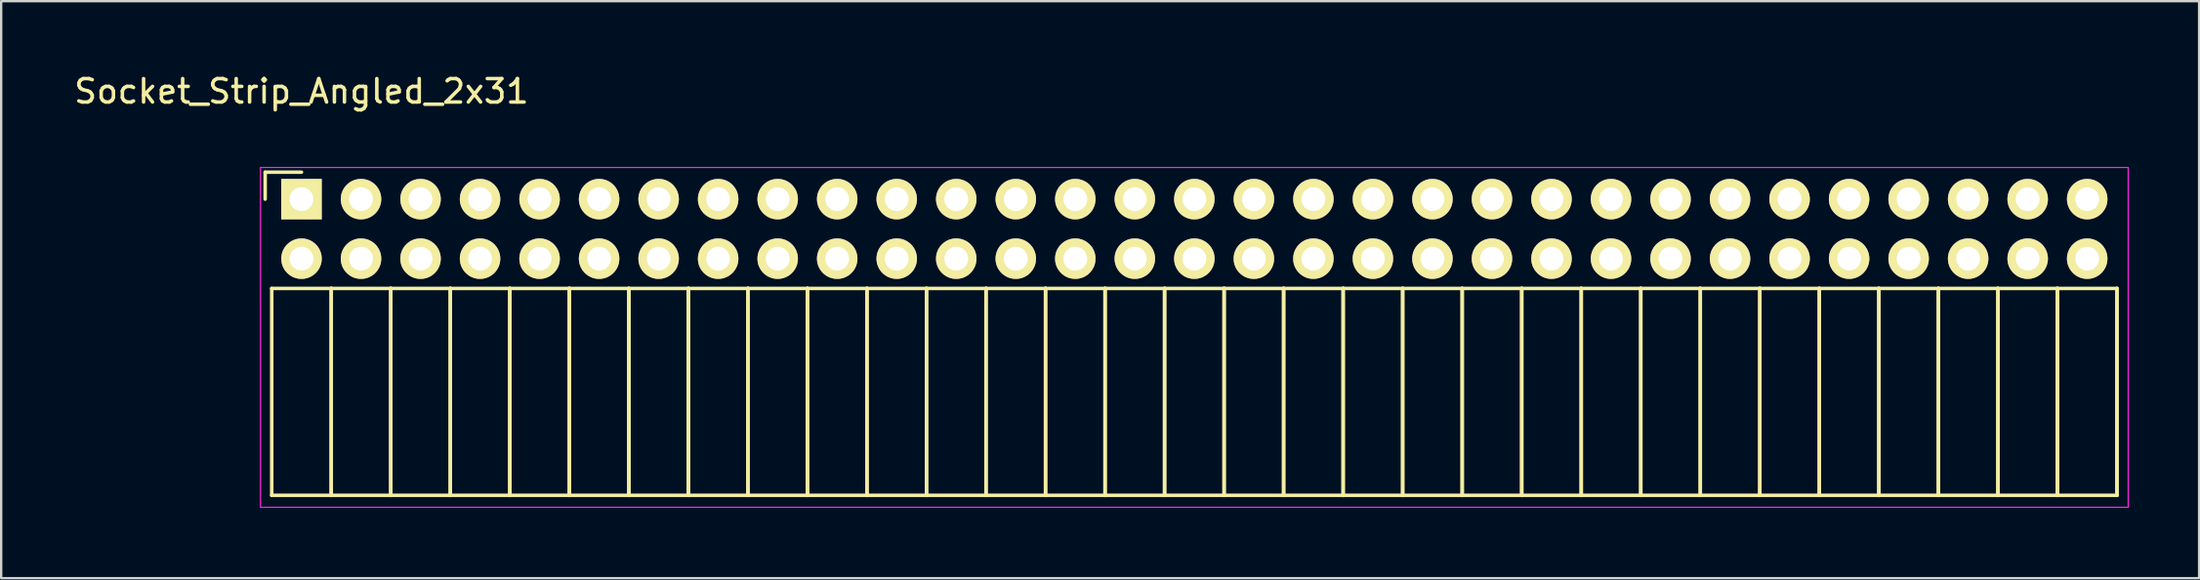
<source format=kicad_pcb>
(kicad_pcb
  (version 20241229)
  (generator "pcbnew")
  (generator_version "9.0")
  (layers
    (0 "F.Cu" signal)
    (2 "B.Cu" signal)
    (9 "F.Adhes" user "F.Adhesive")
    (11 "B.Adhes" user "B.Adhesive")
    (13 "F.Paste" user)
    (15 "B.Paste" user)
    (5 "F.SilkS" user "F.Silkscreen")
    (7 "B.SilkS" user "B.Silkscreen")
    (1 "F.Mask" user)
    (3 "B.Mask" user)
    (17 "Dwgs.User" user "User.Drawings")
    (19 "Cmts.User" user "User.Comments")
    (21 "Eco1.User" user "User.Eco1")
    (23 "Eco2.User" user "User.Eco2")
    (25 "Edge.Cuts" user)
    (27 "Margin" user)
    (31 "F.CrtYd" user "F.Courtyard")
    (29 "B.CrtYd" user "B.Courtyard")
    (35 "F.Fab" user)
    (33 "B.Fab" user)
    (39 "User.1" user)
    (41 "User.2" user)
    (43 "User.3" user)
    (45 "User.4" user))
  (footprint "Socket_Strip_Angled_2x31"
    (layer "F.Cu")
    (at 9.815 5.448)
    (property "Reference" "Socket_Strip_Angled_2x31" (at 0 -4.6 0) (layer "F.SilkS") (effects (font (size 1 1) (thickness 0.15))))
    (attr through_hole)
    (fp_line (start -1.55 -1.15) (end -1.55 0) (stroke (width 0.15) (type solid)) (layer "F.SilkS"))
    (fp_line (start -1.27 3.81) (end -1.27 12.64) (stroke (width 0.15) (type solid)) (layer "F.SilkS"))
    (fp_line (start -1.27 3.81) (end 1.27 3.81) (stroke (width 0.15) (type solid)) (layer "F.SilkS"))
    (fp_line (start -1.27 12.64) (end 1.27 12.64) (stroke (width 0.15) (type solid)) (layer "F.SilkS"))
    (fp_line (start 0 -1.15) (end -1.55 -1.15) (stroke (width 0.15) (type solid)) (layer "F.SilkS"))
    (fp_line (start 1.27 3.81) (end 1.27 12.64) (stroke (width 0.15) (type solid)) (layer "F.SilkS"))
    (fp_line (start 1.27 3.81) (end 3.81 3.81) (stroke (width 0.15) (type solid)) (layer "F.SilkS"))
    (fp_line (start 1.27 12.64) (end 1.27 3.81) (stroke (width 0.15) (type solid)) (layer "F.SilkS"))
    (fp_line (start 1.27 12.64) (end 3.81 12.64) (stroke (width 0.15) (type solid)) (layer "F.SilkS"))
    (fp_line (start 3.81 3.81) (end 3.81 12.64) (stroke (width 0.15) (type solid)) (layer "F.SilkS"))
    (fp_line (start 3.81 3.81) (end 6.35 3.81) (stroke (width 0.15) (type solid)) (layer "F.SilkS"))
    (fp_line (start 3.81 12.64) (end 3.81 3.81) (stroke (width 0.15) (type solid)) (layer "F.SilkS"))
    (fp_line (start 3.81 12.64) (end 6.35 12.64) (stroke (width 0.15) (type solid)) (layer "F.SilkS"))
    (fp_line (start 6.35 3.81) (end 6.35 12.64) (stroke (width 0.15) (type solid)) (layer "F.SilkS"))
    (fp_line (start 6.35 3.81) (end 8.89 3.81) (stroke (width 0.15) (type solid)) (layer "F.SilkS"))
    (fp_line (start 6.35 12.64) (end 6.35 3.81) (stroke (width 0.15) (type solid)) (layer "F.SilkS"))
    (fp_line (start 6.35 12.64) (end 8.89 12.64) (stroke (width 0.15) (type solid)) (layer "F.SilkS"))
    (fp_line (start 8.89 3.81) (end 8.89 12.64) (stroke (width 0.15) (type solid)) (layer "F.SilkS"))
    (fp_line (start 8.89 3.81) (end 11.43 3.81) (stroke (width 0.15) (type solid)) (layer "F.SilkS"))
    (fp_line (start 8.89 12.64) (end 8.89 3.81) (stroke (width 0.15) (type solid)) (layer "F.SilkS"))
    (fp_line (start 8.89 12.64) (end 11.43 12.64) (stroke (width 0.15) (type solid)) (layer "F.SilkS"))
    (fp_line (start 11.43 3.81) (end 11.43 12.64) (stroke (width 0.15) (type solid)) (layer "F.SilkS"))
    (fp_line (start 11.43 3.81) (end 13.97 3.81) (stroke (width 0.15) (type solid)) (layer "F.SilkS"))
    (fp_line (start 11.43 12.64) (end 11.43 3.81) (stroke (width 0.15) (type solid)) (layer "F.SilkS"))
    (fp_line (start 11.43 12.64) (end 13.97 12.64) (stroke (width 0.15) (type solid)) (layer "F.SilkS"))
    (fp_line (start 13.97 3.81) (end 13.97 12.64) (stroke (width 0.15) (type solid)) (layer "F.SilkS"))
    (fp_line (start 13.97 3.81) (end 16.51 3.81) (stroke (width 0.15) (type solid)) (layer "F.SilkS"))
    (fp_line (start 13.97 12.64) (end 13.97 3.81) (stroke (width 0.15) (type solid)) (layer "F.SilkS"))
    (fp_line (start 13.97 12.64) (end 16.51 12.64) (stroke (width 0.15) (type solid)) (layer "F.SilkS"))
    (fp_line (start 16.51 3.81) (end 16.51 12.64) (stroke (width 0.15) (type solid)) (layer "F.SilkS"))
    (fp_line (start 16.51 3.81) (end 19.05 3.81) (stroke (width 0.15) (type solid)) (layer "F.SilkS"))
    (fp_line (start 16.51 12.64) (end 16.51 3.81) (stroke (width 0.15) (type solid)) (layer "F.SilkS"))
    (fp_line (start 16.51 12.64) (end 19.05 12.64) (stroke (width 0.15) (type solid)) (layer "F.SilkS"))
    (fp_line (start 19.05 3.81) (end 19.05 12.64) (stroke (width 0.15) (type solid)) (layer "F.SilkS"))
    (fp_line (start 19.05 3.81) (end 21.59 3.81) (stroke (width 0.15) (type solid)) (layer "F.SilkS"))
    (fp_line (start 19.05 12.64) (end 19.05 3.81) (stroke (width 0.15) (type solid)) (layer "F.SilkS"))
    (fp_line (start 19.05 12.64) (end 21.59 12.64) (stroke (width 0.15) (type solid)) (layer "F.SilkS"))
    (fp_line (start 21.59 3.81) (end 21.59 12.64) (stroke (width 0.15) (type solid)) (layer "F.SilkS"))
    (fp_line (start 21.59 3.81) (end 24.13 3.81) (stroke (width 0.15) (type solid)) (layer "F.SilkS"))
    (fp_line (start 21.59 12.64) (end 21.59 3.81) (stroke (width 0.15) (type solid)) (layer "F.SilkS"))
    (fp_line (start 21.59 12.64) (end 24.13 12.64) (stroke (width 0.15) (type solid)) (layer "F.SilkS"))
    (fp_line (start 24.13 3.81) (end 24.13 12.64) (stroke (width 0.15) (type solid)) (layer "F.SilkS"))
    (fp_line (start 24.13 3.81) (end 26.67 3.81) (stroke (width 0.15) (type solid)) (layer "F.SilkS"))
    (fp_line (start 24.13 12.64) (end 24.13 3.81) (stroke (width 0.15) (type solid)) (layer "F.SilkS"))
    (fp_line (start 24.13 12.64) (end 26.67 12.64) (stroke (width 0.15) (type solid)) (layer "F.SilkS"))
    (fp_line (start 26.67 3.81) (end 26.67 12.64) (stroke (width 0.15) (type solid)) (layer "F.SilkS"))
    (fp_line (start 26.67 3.81) (end 29.21 3.81) (stroke (width 0.15) (type solid)) (layer "F.SilkS"))
    (fp_line (start 26.67 12.64) (end 26.67 3.81) (stroke (width 0.15) (type solid)) (layer "F.SilkS"))
    (fp_line (start 26.67 12.64) (end 29.21 12.64) (stroke (width 0.15) (type solid)) (layer "F.SilkS"))
    (fp_line (start 29.21 3.81) (end 29.21 12.64) (stroke (width 0.15) (type solid)) (layer "F.SilkS"))
    (fp_line (start 29.21 3.81) (end 31.75 3.81) (stroke (width 0.15) (type solid)) (layer "F.SilkS"))
    (fp_line (start 29.21 12.64) (end 29.21 3.81) (stroke (width 0.15) (type solid)) (layer "F.SilkS"))
    (fp_line (start 29.21 12.64) (end 31.75 12.64) (stroke (width 0.15) (type solid)) (layer "F.SilkS"))
    (fp_line (start 31.75 3.81) (end 31.75 12.64) (stroke (width 0.15) (type solid)) (layer "F.SilkS"))
    (fp_line (start 31.75 3.81) (end 34.29 3.81) (stroke (width 0.15) (type solid)) (layer "F.SilkS"))
    (fp_line (start 31.75 12.64) (end 31.75 3.81) (stroke (width 0.15) (type solid)) (layer "F.SilkS"))
    (fp_line (start 31.75 12.64) (end 34.29 12.64) (stroke (width 0.15) (type solid)) (layer "F.SilkS"))
    (fp_line (start 34.29 3.81) (end 34.29 12.64) (stroke (width 0.15) (type solid)) (layer "F.SilkS"))
    (fp_line (start 34.29 3.81) (end 36.83 3.81) (stroke (width 0.15) (type solid)) (layer "F.SilkS"))
    (fp_line (start 34.29 12.64) (end 34.29 3.81) (stroke (width 0.15) (type solid)) (layer "F.SilkS"))
    (fp_line (start 34.29 12.64) (end 36.83 12.64) (stroke (width 0.15) (type solid)) (layer "F.SilkS"))
    (fp_line (start 36.83 3.81) (end 36.83 12.64) (stroke (width 0.15) (type solid)) (layer "F.SilkS"))
    (fp_line (start 36.83 3.81) (end 39.37 3.81) (stroke (width 0.15) (type solid)) (layer "F.SilkS"))
    (fp_line (start 36.83 12.64) (end 36.83 3.81) (stroke (width 0.15) (type solid)) (layer "F.SilkS"))
    (fp_line (start 36.83 12.64) (end 39.37 12.64) (stroke (width 0.15) (type solid)) (layer "F.SilkS"))
    (fp_line (start 39.37 3.81) (end 39.37 12.64) (stroke (width 0.15) (type solid)) (layer "F.SilkS"))
    (fp_line (start 39.37 3.81) (end 41.91 3.81) (stroke (width 0.15) (type solid)) (layer "F.SilkS"))
    (fp_line (start 39.37 12.64) (end 39.37 3.81) (stroke (width 0.15) (type solid)) (layer "F.SilkS"))
    (fp_line (start 39.37 12.64) (end 41.91 12.64) (stroke (width 0.15) (type solid)) (layer "F.SilkS"))
    (fp_line (start 41.91 3.81) (end 41.91 12.64) (stroke (width 0.15) (type solid)) (layer "F.SilkS"))
    (fp_line (start 41.91 3.81) (end 44.45 3.81) (stroke (width 0.15) (type solid)) (layer "F.SilkS"))
    (fp_line (start 41.91 12.64) (end 41.91 3.81) (stroke (width 0.15) (type solid)) (layer "F.SilkS"))
    (fp_line (start 41.91 12.64) (end 44.45 12.64) (stroke (width 0.15) (type solid)) (layer "F.SilkS"))
    (fp_line (start 44.45 3.81) (end 44.45 12.64) (stroke (width 0.15) (type solid)) (layer "F.SilkS"))
    (fp_line (start 44.45 3.81) (end 46.99 3.81) (stroke (width 0.15) (type solid)) (layer "F.SilkS"))
    (fp_line (start 44.45 12.64) (end 44.45 3.81) (stroke (width 0.15) (type solid)) (layer "F.SilkS"))
    (fp_line (start 44.45 12.64) (end 46.99 12.64) (stroke (width 0.15) (type solid)) (layer "F.SilkS"))
    (fp_line (start 46.99 3.81) (end 46.99 12.64) (stroke (width 0.15) (type solid)) (layer "F.SilkS"))
    (fp_line (start 46.99 3.81) (end 49.53 3.81) (stroke (width 0.15) (type solid)) (layer "F.SilkS"))
    (fp_line (start 46.99 12.64) (end 46.99 3.81) (stroke (width 0.15) (type solid)) (layer "F.SilkS"))
    (fp_line (start 46.99 12.64) (end 49.53 12.64) (stroke (width 0.15) (type solid)) (layer "F.SilkS"))
    (fp_line (start 49.53 3.81) (end 49.53 12.64) (stroke (width 0.15) (type solid)) (layer "F.SilkS"))
    (fp_line (start 49.53 3.81) (end 52.07 3.81) (stroke (width 0.15) (type solid)) (layer "F.SilkS"))
    (fp_line (start 49.53 12.64) (end 49.53 3.81) (stroke (width 0.15) (type solid)) (layer "F.SilkS"))
    (fp_line (start 49.53 12.64) (end 52.07 12.64) (stroke (width 0.15) (type solid)) (layer "F.SilkS"))
    (fp_line (start 52.07 3.81) (end 52.07 12.64) (stroke (width 0.15) (type solid)) (layer "F.SilkS"))
    (fp_line (start 52.07 3.81) (end 54.61 3.81) (stroke (width 0.15) (type solid)) (layer "F.SilkS"))
    (fp_line (start 52.07 12.64) (end 52.07 3.81) (stroke (width 0.15) (type solid)) (layer "F.SilkS"))
    (fp_line (start 52.07 12.64) (end 54.61 12.64) (stroke (width 0.15) (type solid)) (layer "F.SilkS"))
    (fp_line (start 54.61 3.81) (end 54.61 12.64) (stroke (width 0.15) (type solid)) (layer "F.SilkS"))
    (fp_line (start 54.61 3.81) (end 57.15 3.81) (stroke (width 0.15) (type solid)) (layer "F.SilkS"))
    (fp_line (start 54.61 12.64) (end 54.61 3.81) (stroke (width 0.15) (type solid)) (layer "F.SilkS"))
    (fp_line (start 54.61 12.64) (end 57.15 12.64) (stroke (width 0.15) (type solid)) (layer "F.SilkS"))
    (fp_line (start 57.15 3.81) (end 57.15 12.64) (stroke (width 0.15) (type solid)) (layer "F.SilkS"))
    (fp_line (start 57.15 3.81) (end 59.69 3.81) (stroke (width 0.15) (type solid)) (layer "F.SilkS"))
    (fp_line (start 57.15 12.64) (end 57.15 3.81) (stroke (width 0.15) (type solid)) (layer "F.SilkS"))
    (fp_line (start 57.15 12.64) (end 59.69 12.64) (stroke (width 0.15) (type solid)) (layer "F.SilkS"))
    (fp_line (start 59.69 3.81) (end 59.69 12.64) (stroke (width 0.15) (type solid)) (layer "F.SilkS"))
    (fp_line (start 59.69 3.81) (end 62.23 3.81) (stroke (width 0.15) (type solid)) (layer "F.SilkS"))
    (fp_line (start 59.69 12.64) (end 59.69 3.81) (stroke (width 0.15) (type solid)) (layer "F.SilkS"))
    (fp_line (start 59.69 12.64) (end 62.23 12.64) (stroke (width 0.15) (type solid)) (layer "F.SilkS"))
    (fp_line (start 62.23 3.81) (end 62.23 12.64) (stroke (width 0.15) (type solid)) (layer "F.SilkS"))
    (fp_line (start 62.23 3.81) (end 64.77 3.81) (stroke (width 0.15) (type solid)) (layer "F.SilkS"))
    (fp_line (start 62.23 12.64) (end 62.23 3.81) (stroke (width 0.15) (type solid)) (layer "F.SilkS"))
    (fp_line (start 62.23 12.64) (end 64.77 12.64) (stroke (width 0.15) (type solid)) (layer "F.SilkS"))
    (fp_line (start 64.77 3.81) (end 64.77 12.64) (stroke (width 0.15) (type solid)) (layer "F.SilkS"))
    (fp_line (start 64.77 3.81) (end 67.31 3.81) (stroke (width 0.15) (type solid)) (layer "F.SilkS"))
    (fp_line (start 64.77 12.64) (end 64.77 3.81) (stroke (width 0.15) (type solid)) (layer "F.SilkS"))
    (fp_line (start 64.77 12.64) (end 67.31 12.64) (stroke (width 0.15) (type solid)) (layer "F.SilkS"))
    (fp_line (start 67.31 3.81) (end 67.31 12.64) (stroke (width 0.15) (type solid)) (layer "F.SilkS"))
    (fp_line (start 67.31 3.81) (end 69.85 3.81) (stroke (width 0.15) (type solid)) (layer "F.SilkS"))
    (fp_line (start 67.31 12.64) (end 67.31 3.81) (stroke (width 0.15) (type solid)) (layer "F.SilkS"))
    (fp_line (start 67.31 12.64) (end 69.85 12.64) (stroke (width 0.15) (type solid)) (layer "F.SilkS"))
    (fp_line (start 69.85 3.81) (end 69.85 12.64) (stroke (width 0.15) (type solid)) (layer "F.SilkS"))
    (fp_line (start 69.85 3.81) (end 72.39 3.81) (stroke (width 0.15) (type solid)) (layer "F.SilkS"))
    (fp_line (start 69.85 12.64) (end 69.85 3.81) (stroke (width 0.15) (type solid)) (layer "F.SilkS"))
    (fp_line (start 69.85 12.64) (end 72.39 12.64) (stroke (width 0.15) (type solid)) (layer "F.SilkS"))
    (fp_line (start 72.39 3.81) (end 72.39 12.64) (stroke (width 0.15) (type solid)) (layer "F.SilkS"))
    (fp_line (start 72.39 3.81) (end 74.93 3.81) (stroke (width 0.15) (type solid)) (layer "F.SilkS"))
    (fp_line (start 72.39 12.64) (end 72.39 3.81) (stroke (width 0.15) (type solid)) (layer "F.SilkS"))
    (fp_line (start 72.39 12.64) (end 74.93 12.64) (stroke (width 0.15) (type solid)) (layer "F.SilkS"))
    (fp_line (start 74.93 3.81) (end 74.93 12.64) (stroke (width 0.15) (type solid)) (layer "F.SilkS"))
    (fp_line (start 74.93 3.81) (end 77.47 3.81) (stroke (width 0.15) (type solid)) (layer "F.SilkS"))
    (fp_line (start 74.93 12.64) (end 74.93 3.81) (stroke (width 0.15) (type solid)) (layer "F.SilkS"))
    (fp_line (start 74.93 12.64) (end 77.47 12.64) (stroke (width 0.15) (type solid)) (layer "F.SilkS"))
    (fp_line (start 77.47 3.81) (end 77.47 12.64) (stroke (width 0.15) (type solid)) (layer "F.SilkS"))
    (fp_line (start 77.47 12.64) (end 77.47 3.81) (stroke (width 0.15) (type solid)) (layer "F.SilkS"))
    (fp_line (start -1.75 -1.35) (end -1.75 13.15) (stroke (width 0.05) (type solid)) (layer "F.CrtYd"))
    (fp_line (start -1.75 -1.35) (end 77.95 -1.35) (stroke (width 0.05) (type solid)) (layer "F.CrtYd"))
    (fp_line (start -1.75 13.15) (end 77.95 13.15) (stroke (width 0.05) (type solid)) (layer "F.CrtYd"))
    (fp_line (start 77.95 -1.35) (end 77.95 13.15) (stroke (width 0.05) (type solid)) (layer "F.CrtYd"))
    (pad "1" thru_hole rect (at 0 0) (size 1.727 1.727) (drill 1.016) (layers "*.Cu" "*.Mask" "F.SilkS"))
    (pad "2" thru_hole oval (at 0 2.54) (size 1.727 1.727) (drill 1.016) (layers "*.Cu" "*.Mask" "F.SilkS"))
    (pad "3" thru_hole oval (at 2.54 0) (size 1.727 1.727) (drill 1.016) (layers "*.Cu" "*.Mask" "F.SilkS"))
    (pad "4" thru_hole oval (at 2.54 2.54) (size 1.727 1.727) (drill 1.016) (layers "*.Cu" "*.Mask" "F.SilkS"))
    (pad "5" thru_hole oval (at 5.08 0) (size 1.727 1.727) (drill 1.016) (layers "*.Cu" "*.Mask" "F.SilkS"))
    (pad "6" thru_hole oval (at 5.08 2.54) (size 1.727 1.727) (drill 1.016) (layers "*.Cu" "*.Mask" "F.SilkS"))
    (pad "7" thru_hole oval (at 7.62 0) (size 1.727 1.727) (drill 1.016) (layers "*.Cu" "*.Mask" "F.SilkS"))
    (pad "8" thru_hole oval (at 7.62 2.54) (size 1.727 1.727) (drill 1.016) (layers "*.Cu" "*.Mask" "F.SilkS"))
    (pad "9" thru_hole oval (at 10.16 0) (size 1.727 1.727) (drill 1.016) (layers "*.Cu" "*.Mask" "F.SilkS"))
    (pad "10" thru_hole oval (at 10.16 2.54) (size 1.727 1.727) (drill 1.016) (layers "*.Cu" "*.Mask" "F.SilkS"))
    (pad "11" thru_hole oval (at 12.7 0) (size 1.727 1.727) (drill 1.016) (layers "*.Cu" "*.Mask" "F.SilkS"))
    (pad "12" thru_hole oval (at 12.7 2.54) (size 1.727 1.727) (drill 1.016) (layers "*.Cu" "*.Mask" "F.SilkS"))
    (pad "13" thru_hole oval (at 15.24 0) (size 1.727 1.727) (drill 1.016) (layers "*.Cu" "*.Mask" "F.SilkS"))
    (pad "14" thru_hole oval (at 15.24 2.54) (size 1.727 1.727) (drill 1.016) (layers "*.Cu" "*.Mask" "F.SilkS"))
    (pad "15" thru_hole oval (at 17.78 0) (size 1.727 1.727) (drill 1.016) (layers "*.Cu" "*.Mask" "F.SilkS"))
    (pad "16" thru_hole oval (at 17.78 2.54) (size 1.727 1.727) (drill 1.016) (layers "*.Cu" "*.Mask" "F.SilkS"))
    (pad "17" thru_hole oval (at 20.32 0) (size 1.727 1.727) (drill 1.016) (layers "*.Cu" "*.Mask" "F.SilkS"))
    (pad "18" thru_hole oval (at 20.32 2.54) (size 1.727 1.727) (drill 1.016) (layers "*.Cu" "*.Mask" "F.SilkS"))
    (pad "19" thru_hole oval (at 22.86 0) (size 1.727 1.727) (drill 1.016) (layers "*.Cu" "*.Mask" "F.SilkS"))
    (pad "20" thru_hole oval (at 22.86 2.54) (size 1.727 1.727) (drill 1.016) (layers "*.Cu" "*.Mask" "F.SilkS"))
    (pad "21" thru_hole oval (at 25.4 0) (size 1.727 1.727) (drill 1.016) (layers "*.Cu" "*.Mask" "F.SilkS"))
    (pad "22" thru_hole oval (at 25.4 2.54) (size 1.727 1.727) (drill 1.016) (layers "*.Cu" "*.Mask" "F.SilkS"))
    (pad "23" thru_hole oval (at 27.94 0) (size 1.727 1.727) (drill 1.016) (layers "*.Cu" "*.Mask" "F.SilkS"))
    (pad "24" thru_hole oval (at 27.94 2.54) (size 1.727 1.727) (drill 1.016) (layers "*.Cu" "*.Mask" "F.SilkS"))
    (pad "25" thru_hole oval (at 30.48 0) (size 1.727 1.727) (drill 1.016) (layers "*.Cu" "*.Mask" "F.SilkS"))
    (pad "26" thru_hole oval (at 30.48 2.54) (size 1.727 1.727) (drill 1.016) (layers "*.Cu" "*.Mask" "F.SilkS"))
    (pad "27" thru_hole oval (at 33.02 0) (size 1.727 1.727) (drill 1.016) (layers "*.Cu" "*.Mask" "F.SilkS"))
    (pad "28" thru_hole oval (at 33.02 2.54) (size 1.727 1.727) (drill 1.016) (layers "*.Cu" "*.Mask" "F.SilkS"))
    (pad "29" thru_hole oval (at 35.56 0) (size 1.727 1.727) (drill 1.016) (layers "*.Cu" "*.Mask" "F.SilkS"))
    (pad "30" thru_hole oval (at 35.56 2.54) (size 1.727 1.727) (drill 1.016) (layers "*.Cu" "*.Mask" "F.SilkS"))
    (pad "31" thru_hole oval (at 38.1 0) (size 1.727 1.727) (drill 1.016) (layers "*.Cu" "*.Mask" "F.SilkS"))
    (pad "32" thru_hole oval (at 38.1 2.54) (size 1.727 1.727) (drill 1.016) (layers "*.Cu" "*.Mask" "F.SilkS"))
    (pad "33" thru_hole oval (at 40.64 0) (size 1.727 1.727) (drill 1.016) (layers "*.Cu" "*.Mask" "F.SilkS"))
    (pad "34" thru_hole oval (at 40.64 2.54) (size 1.727 1.727) (drill 1.016) (layers "*.Cu" "*.Mask" "F.SilkS"))
    (pad "35" thru_hole oval (at 43.18 0) (size 1.727 1.727) (drill 1.016) (layers "*.Cu" "*.Mask" "F.SilkS"))
    (pad "36" thru_hole oval (at 43.18 2.54) (size 1.727 1.727) (drill 1.016) (layers "*.Cu" "*.Mask" "F.SilkS"))
    (pad "37" thru_hole oval (at 45.72 0) (size 1.727 1.727) (drill 1.016) (layers "*.Cu" "*.Mask" "F.SilkS"))
    (pad "38" thru_hole oval (at 45.72 2.54) (size 1.727 1.727) (drill 1.016) (layers "*.Cu" "*.Mask" "F.SilkS"))
    (pad "39" thru_hole oval (at 48.26 0) (size 1.727 1.727) (drill 1.016) (layers "*.Cu" "*.Mask" "F.SilkS"))
    (pad "40" thru_hole oval (at 48.26 2.54) (size 1.727 1.727) (drill 1.016) (layers "*.Cu" "*.Mask" "F.SilkS"))
    (pad "41" thru_hole oval (at 50.8 0) (size 1.727 1.727) (drill 1.016) (layers "*.Cu" "*.Mask" "F.SilkS"))
    (pad "42" thru_hole oval (at 50.8 2.54) (size 1.727 1.727) (drill 1.016) (layers "*.Cu" "*.Mask" "F.SilkS"))
    (pad "43" thru_hole oval (at 53.34 0) (size 1.727 1.727) (drill 1.016) (layers "*.Cu" "*.Mask" "F.SilkS"))
    (pad "44" thru_hole oval (at 53.34 2.54) (size 1.727 1.727) (drill 1.016) (layers "*.Cu" "*.Mask" "F.SilkS"))
    (pad "45" thru_hole oval (at 55.88 0) (size 1.727 1.727) (drill 1.016) (layers "*.Cu" "*.Mask" "F.SilkS"))
    (pad "46" thru_hole oval (at 55.88 2.54) (size 1.727 1.727) (drill 1.016) (layers "*.Cu" "*.Mask" "F.SilkS"))
    (pad "47" thru_hole oval (at 58.42 0) (size 1.727 1.727) (drill 1.016) (layers "*.Cu" "*.Mask" "F.SilkS"))
    (pad "48" thru_hole oval (at 58.42 2.54) (size 1.727 1.727) (drill 1.016) (layers "*.Cu" "*.Mask" "F.SilkS"))
    (pad "49" thru_hole oval (at 60.96 0) (size 1.727 1.727) (drill 1.016) (layers "*.Cu" "*.Mask" "F.SilkS"))
    (pad "50" thru_hole oval (at 60.96 2.54) (size 1.727 1.727) (drill 1.016) (layers "*.Cu" "*.Mask" "F.SilkS"))
    (pad "51" thru_hole oval (at 63.5 0) (size 1.727 1.727) (drill 1.016) (layers "*.Cu" "*.Mask" "F.SilkS"))
    (pad "52" thru_hole oval (at 63.5 2.54) (size 1.727 1.727) (drill 1.016) (layers "*.Cu" "*.Mask" "F.SilkS"))
    (pad "53" thru_hole oval (at 66.04 0) (size 1.727 1.727) (drill 1.016) (layers "*.Cu" "*.Mask" "F.SilkS"))
    (pad "54" thru_hole oval (at 66.04 2.54) (size 1.727 1.727) (drill 1.016) (layers "*.Cu" "*.Mask" "F.SilkS"))
    (pad "55" thru_hole oval (at 68.58 0) (size 1.727 1.727) (drill 1.016) (layers "*.Cu" "*.Mask" "F.SilkS"))
    (pad "56" thru_hole oval (at 68.58 2.54) (size 1.727 1.727) (drill 1.016) (layers "*.Cu" "*.Mask" "F.SilkS"))
    (pad "57" thru_hole oval (at 71.12 0) (size 1.727 1.727) (drill 1.016) (layers "*.Cu" "*.Mask" "F.SilkS"))
    (pad "58" thru_hole oval (at 71.12 2.54) (size 1.727 1.727) (drill 1.016) (layers "*.Cu" "*.Mask" "F.SilkS"))
    (pad "59" thru_hole oval (at 73.66 0) (size 1.727 1.727) (drill 1.016) (layers "*.Cu" "*.Mask" "F.SilkS"))
    (pad "60" thru_hole oval (at 73.66 2.54) (size 1.727 1.727) (drill 1.016) (layers "*.Cu" "*.Mask" "F.SilkS"))
    (pad "61" thru_hole oval (at 76.2 0) (size 1.727 1.727) (drill 1.016) (layers "*.Cu" "*.Mask" "F.SilkS"))
    (pad "62" thru_hole oval (at 76.2 2.54) (size 1.727 1.727) (drill 1.016) (layers "*.Cu" "*.Mask" "F.SilkS")))
  (gr_rect
    (start -3 -3)
    (end 90.79 21.623)
    (stroke (width 0.1) (type default))
    (fill no)
    (layer "Edge.Cuts")))
</source>
